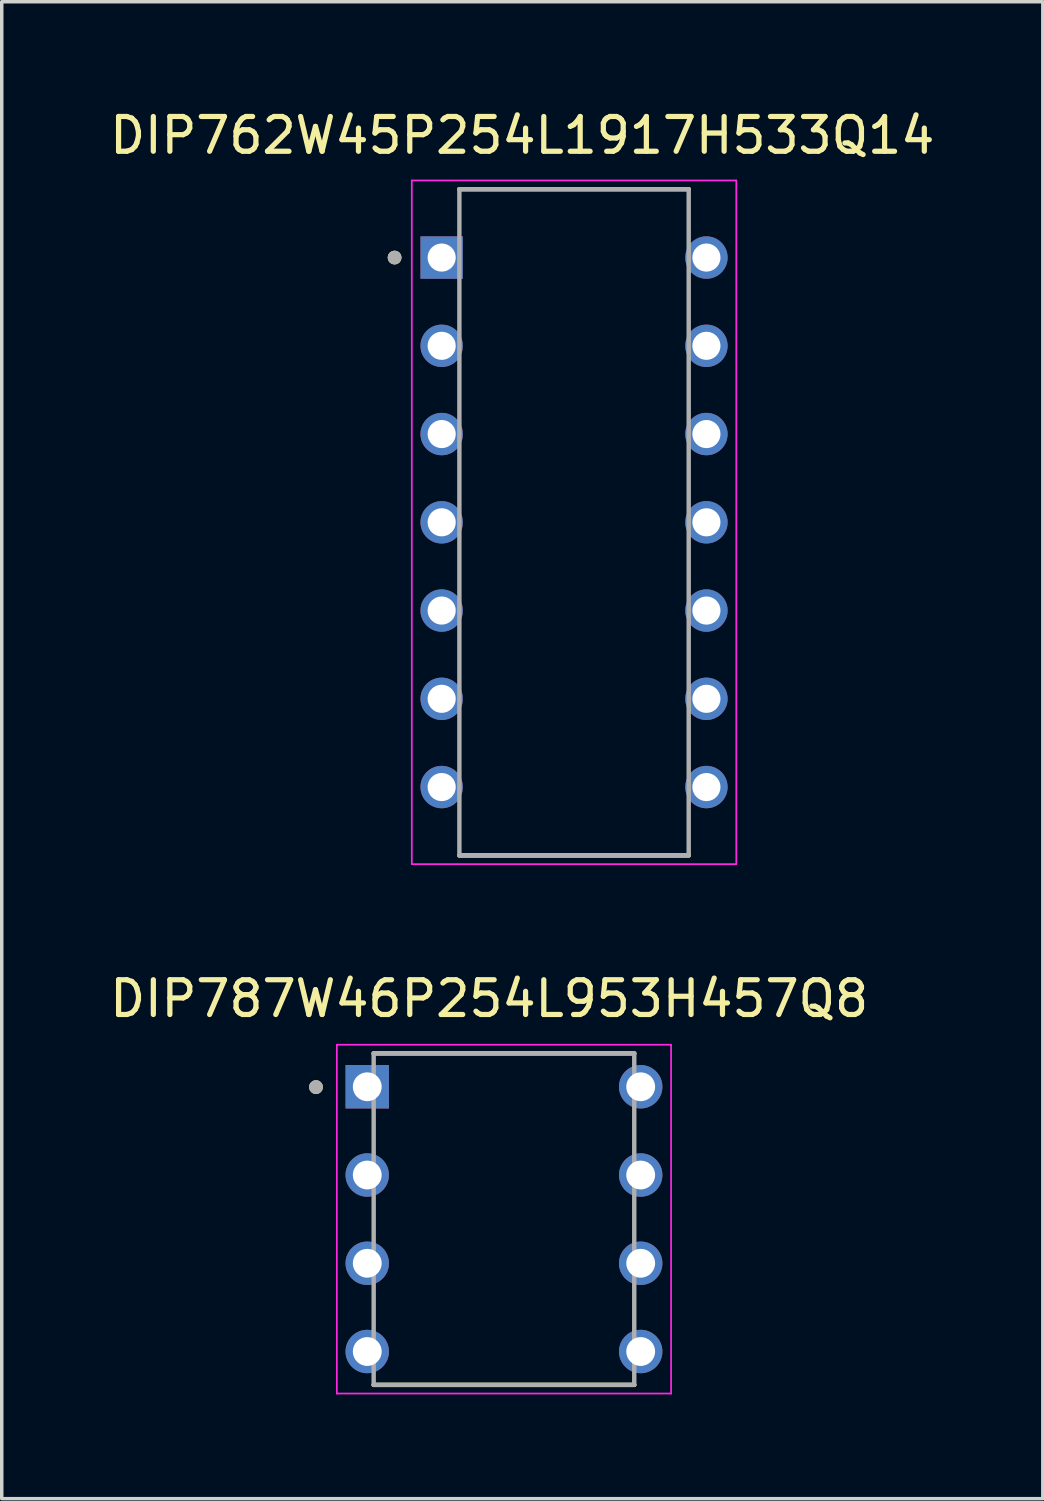
<source format=kicad_pcb>
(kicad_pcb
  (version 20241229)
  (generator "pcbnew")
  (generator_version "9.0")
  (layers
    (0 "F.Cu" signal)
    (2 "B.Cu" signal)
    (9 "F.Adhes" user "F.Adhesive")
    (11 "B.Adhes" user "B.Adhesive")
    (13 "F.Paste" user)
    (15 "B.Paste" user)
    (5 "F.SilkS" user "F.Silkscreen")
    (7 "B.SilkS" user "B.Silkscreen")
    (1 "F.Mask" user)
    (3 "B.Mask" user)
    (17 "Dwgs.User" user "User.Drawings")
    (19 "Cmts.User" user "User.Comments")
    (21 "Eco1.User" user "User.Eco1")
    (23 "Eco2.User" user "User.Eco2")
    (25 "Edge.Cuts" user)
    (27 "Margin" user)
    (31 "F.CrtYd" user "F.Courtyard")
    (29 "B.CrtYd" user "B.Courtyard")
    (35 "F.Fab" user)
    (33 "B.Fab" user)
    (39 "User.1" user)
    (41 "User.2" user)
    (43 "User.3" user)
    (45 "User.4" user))
  (footprint "DIP762W45P254L1917H533Q14"
    (layer "F.Cu")
    (at 13.472 11.983)
    (property "Reference" "DIP762W45P254L1917H533Q14" (at -1.49 -11.135 0) (layer "F.SilkS") (effects (font (size 1 1) (thickness 0.15))))
    (attr through_hole)
    (fp_line (start -3.3 -9.588) (end 3.3 -9.588) (stroke (width 0.127) (type solid)) (layer "F.SilkS"))
    (fp_line (start -3.3 9.588) (end 3.3 9.588) (stroke (width 0.127) (type solid)) (layer "F.SilkS"))
    (fp_circle (center -5.165 -7.62) (end -5.065 -7.62) (stroke (width 0.2) (type solid)) (fill no) (layer "F.SilkS"))
    (fp_line (start -4.67 -9.838) (end -4.67 9.838) (stroke (width 0.05) (type solid)) (layer "F.CrtYd"))
    (fp_line (start 4.67 -9.838) (end -4.67 -9.838) (stroke (width 0.05) (type solid)) (layer "F.CrtYd"))
    (fp_line (start 4.67 -9.838) (end 4.67 9.838) (stroke (width 0.05) (type solid)) (layer "F.CrtYd"))
    (fp_line (start 4.67 9.838) (end -4.67 9.838) (stroke (width 0.05) (type solid)) (layer "F.CrtYd"))
    (fp_line (start -3.3 -9.588) (end -3.3 9.588) (stroke (width 0.127) (type solid)) (layer "F.Fab"))
    (fp_line (start -3.3 -9.588) (end 3.3 -9.588) (stroke (width 0.127) (type solid)) (layer "F.Fab"))
    (fp_line (start -3.3 9.588) (end 3.3 9.588) (stroke (width 0.127) (type solid)) (layer "F.Fab"))
    (fp_line (start 3.3 -9.588) (end 3.3 9.588) (stroke (width 0.127) (type solid)) (layer "F.Fab"))
    (fp_circle (center -5.165 -7.62) (end -5.065 -7.62) (stroke (width 0.2) (type solid)) (fill no) (layer "F.Fab"))
    (pad "1" thru_hole rect (at -3.81 -7.62) (size 1.22 1.22) (drill 0.81) (layers "*.Cu" "*.Mask"))
    (pad "2" thru_hole circle (at -3.81 -5.08) (size 1.22 1.22) (drill 0.81) (layers "*.Cu" "*.Mask"))
    (pad "3" thru_hole circle (at -3.81 -2.54) (size 1.22 1.22) (drill 0.81) (layers "*.Cu" "*.Mask"))
    (pad "4" thru_hole circle (at -3.81 0) (size 1.22 1.22) (drill 0.81) (layers "*.Cu" "*.Mask"))
    (pad "5" thru_hole circle (at -3.81 2.54) (size 1.22 1.22) (drill 0.81) (layers "*.Cu" "*.Mask"))
    (pad "6" thru_hole circle (at -3.81 5.08) (size 1.22 1.22) (drill 0.81) (layers "*.Cu" "*.Mask"))
    (pad "7" thru_hole circle (at -3.81 7.62) (size 1.22 1.22) (drill 0.81) (layers "*.Cu" "*.Mask"))
    (pad "8" thru_hole circle (at 3.81 7.62) (size 1.22 1.22) (drill 0.81) (layers "*.Cu" "*.Mask"))
    (pad "9" thru_hole circle (at 3.81 5.08) (size 1.22 1.22) (drill 0.81) (layers "*.Cu" "*.Mask"))
    (pad "10" thru_hole circle (at 3.81 2.54) (size 1.22 1.22) (drill 0.81) (layers "*.Cu" "*.Mask"))
    (pad "11" thru_hole circle (at 3.81 0) (size 1.22 1.22) (drill 0.81) (layers "*.Cu" "*.Mask"))
    (pad "12" thru_hole circle (at 3.81 -2.54) (size 1.22 1.22) (drill 0.81) (layers "*.Cu" "*.Mask"))
    (pad "13" thru_hole circle (at 3.81 -5.08) (size 1.22 1.22) (drill 0.81) (layers "*.Cu" "*.Mask"))
    (pad "14" thru_hole circle (at 3.81 -7.62) (size 1.22 1.22) (drill 0.81) (layers "*.Cu" "*.Mask")))
  (footprint "DIP787W46P254L953H457Q8"
    (layer "F.Cu")
    (at 11.455 32.039)
    (property "Reference" "DIP787W46P254L953H457Q8" (at -0.425 -6.345 0) (layer "F.SilkS") (effects (font (size 1 1) (thickness 0.15))))
    (attr through_hole)
    (fp_line (start -3.75 4.77) (end 3.75 4.77) (stroke (width 0.127) (type solid)) (layer "F.SilkS"))
    (fp_line (start 3.75 -4.77) (end -3.75 -4.77) (stroke (width 0.127) (type solid)) (layer "F.SilkS"))
    (fp_circle (center -5.41 -3.8) (end -5.31 -3.8) (stroke (width 0.2) (type solid)) (fill no) (layer "F.SilkS"))
    (fp_line (start -4.81 -5.02) (end -4.81 5.02) (stroke (width 0.05) (type solid)) (layer "F.CrtYd"))
    (fp_line (start -4.81 5.02) (end 4.81 5.02) (stroke (width 0.05) (type solid)) (layer "F.CrtYd"))
    (fp_line (start 4.81 -5.02) (end -4.81 -5.02) (stroke (width 0.05) (type solid)) (layer "F.CrtYd"))
    (fp_line (start 4.81 5.02) (end 4.81 -5.02) (stroke (width 0.05) (type solid)) (layer "F.CrtYd"))
    (fp_line (start -3.75 -4.77) (end -3.75 4.77) (stroke (width 0.127) (type solid)) (layer "F.Fab"))
    (fp_line (start -3.75 4.77) (end 3.75 4.77) (stroke (width 0.127) (type solid)) (layer "F.Fab"))
    (fp_line (start 3.75 -4.77) (end -3.75 -4.77) (stroke (width 0.127) (type solid)) (layer "F.Fab"))
    (fp_line (start 3.75 4.77) (end 3.75 -4.77) (stroke (width 0.127) (type solid)) (layer "F.Fab"))
    (fp_circle (center -5.41 -3.8) (end -5.31 -3.8) (stroke (width 0.2) (type solid)) (fill no) (layer "F.Fab"))
    (pad "1" thru_hole rect (at -3.935 -3.81) (size 1.25 1.25) (drill 0.83) (layers "*.Cu" "*.Mask"))
    (pad "2" thru_hole circle (at -3.935 -1.27) (size 1.25 1.25) (drill 0.83) (layers "*.Cu" "*.Mask"))
    (pad "3" thru_hole circle (at -3.935 1.27) (size 1.25 1.25) (drill 0.83) (layers "*.Cu" "*.Mask"))
    (pad "4" thru_hole circle (at -3.935 3.81) (size 1.25 1.25) (drill 0.83) (layers "*.Cu" "*.Mask"))
    (pad "5" thru_hole circle (at 3.935 3.81) (size 1.25 1.25) (drill 0.83) (layers "*.Cu" "*.Mask"))
    (pad "6" thru_hole circle (at 3.935 1.27) (size 1.25 1.25) (drill 0.83) (layers "*.Cu" "*.Mask"))
    (pad "7" thru_hole circle (at 3.935 -1.27) (size 1.25 1.25) (drill 0.83) (layers "*.Cu" "*.Mask"))
    (pad "8" thru_hole circle (at 3.935 -3.81) (size 1.25 1.25) (drill 0.83) (layers "*.Cu" "*.Mask")))
  (gr_rect
    (start -3 -3)
    (end 26.964 40.084)
    (stroke (width 0.1) (type default))
    (fill no)
    (layer "Edge.Cuts")))
</source>
